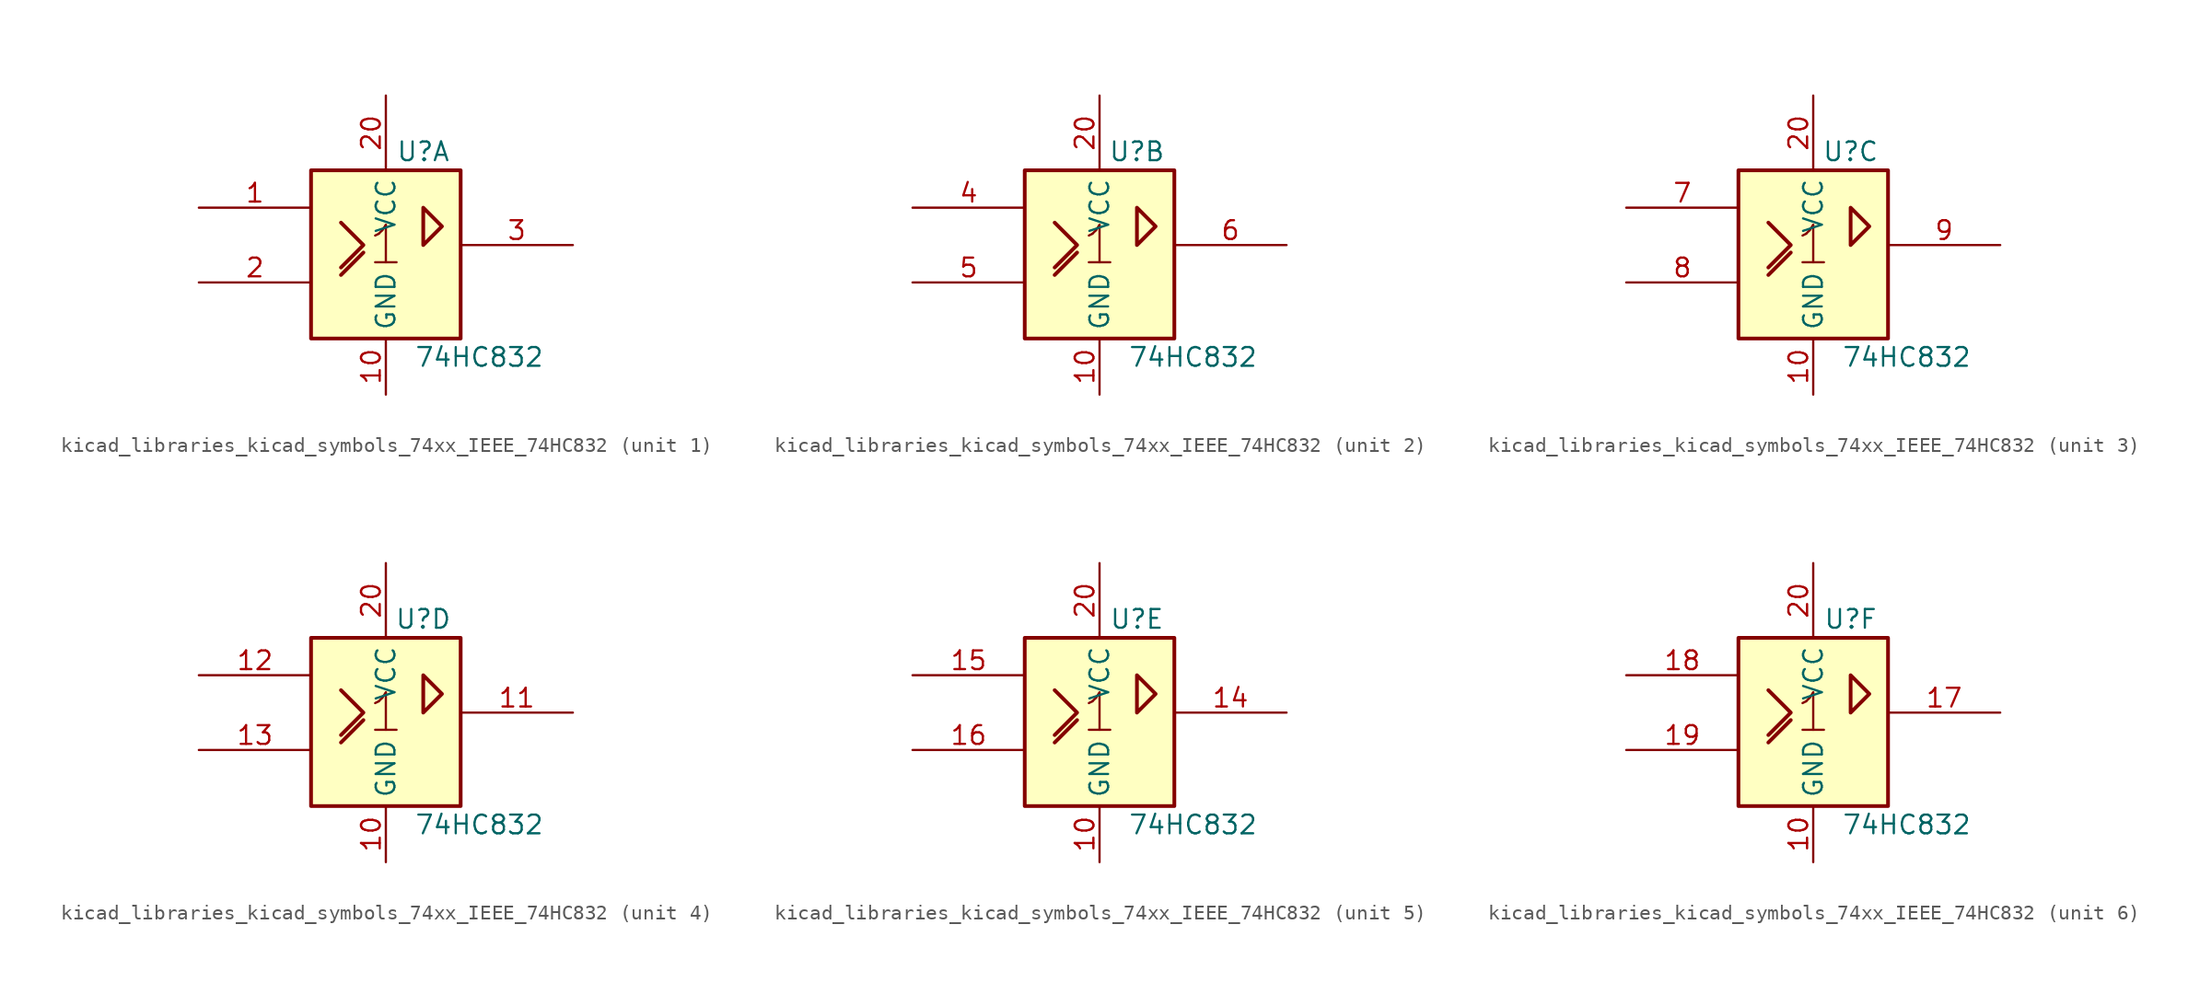
<source format=kicad_sym>
(kicad_symbol_lib
  (version 20220914)
  (generator kicad_symbol_editor)
  (symbol "kicad_libraries_kicad_symbols_74xx_IEEE_74HC832"
    (property "Reference" "U"
      (at 2.54 6.35 0)
      (effects (font (size 1.27 1.27))))
    (property "Value" "74HC832"
      (at 6.35 -7.62 0)
      (effects (font (size 1.27 1.27))))
    (symbol "kicad_libraries_kicad_symbols_74xx_IEEE_74HC832_0_1"
      (rectangle (start -5.08 5.08) (end 5.08 -6.35) (stroke (width 0.254) (type default)) (fill (type background)))
      (polyline (pts (xy -3.048 -2.032) (xy -1.524 -0.508) (xy -1.524 -0.508)) (stroke (width 0.254) (type default)) (fill (type background)))
      (polyline (pts (xy -3.048 1.524) (xy -1.524 0) (xy -3.048 -1.524) (xy -3.048 -1.524)) (stroke (width 0.254) (type default)) (fill (type background)))
      (polyline (pts (xy 2.54 0) (xy 2.54 2.54) (xy 3.81 1.27) (xy 2.54 0) (xy 2.54 0)) (stroke (width 0.254) (type default)) (fill (type background)))
      (text "1" (at 0 0 0) (effects (font (size 2.54 2.54))))
      (pin power_in line (at 0 -10.16 90) (length 3.81) (name "GND" (effects (font (size 1.27 1.27)))) (number "10" (effects (font (size 1.27 1.27)))))
      (pin power_in line (at 0 10.16 270) (length 5.08) (name "VCC" (effects (font (size 1.27 1.27)))) (number "20" (effects (font (size 1.27 1.27))))))
    (symbol "kicad_libraries_kicad_symbols_74xx_IEEE_74HC832_1_1"
      (pin input line (at -12.7 2.54 0) (length 7.62) (name "~" (effects (font (size 1.27 1.27)))) (number "1" (effects (font (size 1.27 1.27)))))
      (pin input line (at -12.7 -2.54 0) (length 7.62) (name "~" (effects (font (size 1.27 1.27)))) (number "2" (effects (font (size 1.27 1.27)))))
      (pin output line (at 12.7 0 180) (length 7.62) (name "~" (effects (font (size 1.27 1.27)))) (number "3" (effects (font (size 1.27 1.27))))))
    (symbol "kicad_libraries_kicad_symbols_74xx_IEEE_74HC832_2_1"
      (pin input line (at -12.7 2.54 0) (length 7.62) (name "~" (effects (font (size 1.27 1.27)))) (number "4" (effects (font (size 1.27 1.27)))))
      (pin input line (at -12.7 -2.54 0) (length 7.62) (name "~" (effects (font (size 1.27 1.27)))) (number "5" (effects (font (size 1.27 1.27)))))
      (pin output line (at 12.7 0 180) (length 7.62) (name "~" (effects (font (size 1.27 1.27)))) (number "6" (effects (font (size 1.27 1.27))))))
    (symbol "kicad_libraries_kicad_symbols_74xx_IEEE_74HC832_3_1"
      (pin input line (at -12.7 2.54 0) (length 7.62) (name "~" (effects (font (size 1.27 1.27)))) (number "7" (effects (font (size 1.27 1.27)))))
      (pin input line (at -12.7 -2.54 0) (length 7.62) (name "~" (effects (font (size 1.27 1.27)))) (number "8" (effects (font (size 1.27 1.27)))))
      (pin output line (at 12.7 0 180) (length 7.62) (name "~" (effects (font (size 1.27 1.27)))) (number "9" (effects (font (size 1.27 1.27))))))
    (symbol "kicad_libraries_kicad_symbols_74xx_IEEE_74HC832_4_1"
      (pin output line (at 12.7 0 180) (length 7.62) (name "~" (effects (font (size 1.27 1.27)))) (number "11" (effects (font (size 1.27 1.27)))))
      (pin input line (at -12.7 2.54 0) (length 7.62) (name "~" (effects (font (size 1.27 1.27)))) (number "12" (effects (font (size 1.27 1.27)))))
      (pin input line (at -12.7 -2.54 0) (length 7.62) (name "~" (effects (font (size 1.27 1.27)))) (number "13" (effects (font (size 1.27 1.27))))))
    (symbol "kicad_libraries_kicad_symbols_74xx_IEEE_74HC832_5_1"
      (pin output line (at 12.7 0 180) (length 7.62) (name "~" (effects (font (size 1.27 1.27)))) (number "14" (effects (font (size 1.27 1.27)))))
      (pin input line (at -12.7 2.54 0) (length 7.62) (name "~" (effects (font (size 1.27 1.27)))) (number "15" (effects (font (size 1.27 1.27)))))
      (pin input line (at -12.7 -2.54 0) (length 7.62) (name "~" (effects (font (size 1.27 1.27)))) (number "16" (effects (font (size 1.27 1.27))))))
    (symbol "kicad_libraries_kicad_symbols_74xx_IEEE_74HC832_6_1"
      (pin output line (at 12.7 0 180) (length 7.62) (name "~" (effects (font (size 1.27 1.27)))) (number "17" (effects (font (size 1.27 1.27)))))
      (pin input line (at -12.7 2.54 0) (length 7.62) (name "~" (effects (font (size 1.27 1.27)))) (number "18" (effects (font (size 1.27 1.27)))))
      (pin input line (at -12.7 -2.54 0) (length 7.62) (name "~" (effects (font (size 1.27 1.27)))) (number "19" (effects (font (size 1.27 1.27))))))))
</source>
